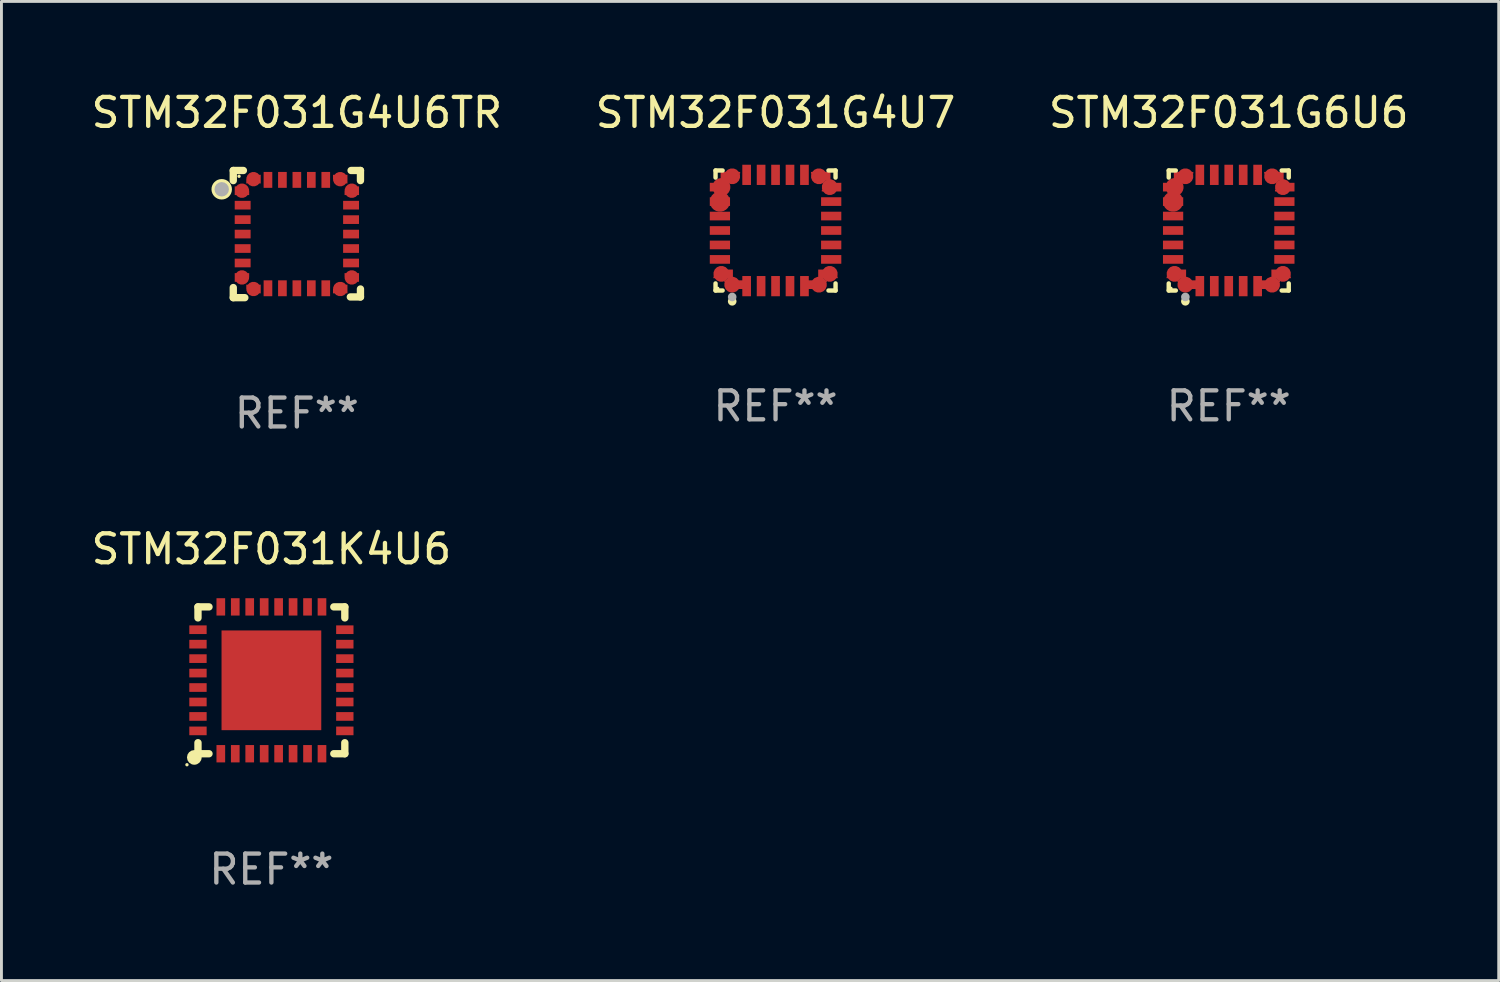
<source format=kicad_pcb>
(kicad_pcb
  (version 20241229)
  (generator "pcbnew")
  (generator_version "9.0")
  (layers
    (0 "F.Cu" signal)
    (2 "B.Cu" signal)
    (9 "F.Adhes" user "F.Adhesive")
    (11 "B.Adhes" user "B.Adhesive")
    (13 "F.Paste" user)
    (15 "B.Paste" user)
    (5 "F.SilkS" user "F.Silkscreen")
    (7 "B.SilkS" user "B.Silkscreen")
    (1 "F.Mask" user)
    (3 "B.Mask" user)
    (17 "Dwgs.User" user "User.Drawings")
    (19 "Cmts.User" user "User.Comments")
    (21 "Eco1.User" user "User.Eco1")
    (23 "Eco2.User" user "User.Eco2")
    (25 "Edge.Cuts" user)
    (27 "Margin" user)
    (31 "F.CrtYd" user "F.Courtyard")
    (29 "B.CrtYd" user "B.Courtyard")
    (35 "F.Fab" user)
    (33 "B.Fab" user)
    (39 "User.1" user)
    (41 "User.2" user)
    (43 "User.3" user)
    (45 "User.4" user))
  (footprint "STM32F031G4U7"
    (layer "F.Cu")
    (at 23.78 4.924)
    (property "Reference" "STM32F031G4U7" (at 0 -4.076 0) (layer "F.SilkS") (effects (font (size 1 1) (thickness 0.15))))
    (attr through_hole)
    (fp_line (start -2.076 -2.076) (end -1.831 -2.076) (stroke (width 0.152) (type solid)) (layer "F.SilkS"))
    (fp_line (start -2.076 -1.831) (end -2.076 -2.076) (stroke (width 0.152) (type solid)) (layer "F.SilkS"))
    (fp_line (start -2.076 1.831) (end -2.076 2.076) (stroke (width 0.152) (type solid)) (layer "F.SilkS"))
    (fp_line (start -2.076 2.076) (end -1.831 2.076) (stroke (width 0.152) (type solid)) (layer "F.SilkS"))
    (fp_line (start 2.076 -2.076) (end 1.831 -2.076) (stroke (width 0.152) (type solid)) (layer "F.SilkS"))
    (fp_line (start 2.076 -1.831) (end 2.076 -2.076) (stroke (width 0.152) (type solid)) (layer "F.SilkS"))
    (fp_line (start 2.076 1.831) (end 2.076 2.076) (stroke (width 0.152) (type solid)) (layer "F.SilkS"))
    (fp_line (start 2.076 2.076) (end 1.831 2.076) (stroke (width 0.152) (type solid)) (layer "F.SilkS"))
    (fp_circle (center -2 2) (end -1.97 2) (stroke (width 0.06) (type solid)) (fill no) (layer "F.SilkS"))
    (fp_circle (center -1.5 2.45) (end -1.425 2.45) (stroke (width 0.15) (type solid)) (fill no) (layer "F.SilkS"))
    (fp_circle (center -1.5 2.3) (end -1.425 2.3) (stroke (width 0.15) (type solid)) (fill no) (layer "F.Fab"))
    (fp_text user "REF**" (at 0 6.076 0) (layer "F.Fab") (effects (font (size 1 1) (thickness 0.15))))
    (pad "1" smd custom (at -1.5 1.875 90) (size 0.55 0.3) (layers "F.Cu" "F.Mask" "F.Paste") (options (anchor circle)) (primitives (gr_poly (pts (xy -0.15 -0.025) (xy -0.15 0.4) (xy 0.15 0.4) (xy 0.15 -0.275) (xy 0.1 -0.275)) (width 0) (fill yes))))
    (pad "2" smd rect (at -1 1.925) (size 0.3 0.7) (layers "F.Cu" "F.Mask" "F.Paste"))
    (pad "3" smd rect (at -0.5 1.925) (size 0.3 0.7) (layers "F.Cu" "F.Mask" "F.Paste"))
    (pad "4" smd rect (at 0 1.925) (size 0.3 0.7) (layers "F.Cu" "F.Mask" "F.Paste"))
    (pad "5" smd rect (at 0.5 1.925) (size 0.3 0.7) (layers "F.Cu" "F.Mask" "F.Paste"))
    (pad "6" smd rect (at 1 1.925) (size 0.3 0.7) (layers "F.Cu" "F.Mask" "F.Paste"))
    (pad "7" smd custom (at 1.5 1.875 270) (size 0.55 0.3) (layers "F.Cu" "F.Mask" "F.Paste") (options (anchor circle)) (primitives (gr_poly (pts (xy 0.15 -0.025) (xy 0.15 0.4) (xy -0.15 0.4) (xy -0.15 -0.275) (xy -0.1 -0.275)) (width 0) (fill yes))))
    (pad "8" smd custom (at 1.875 1.5 180) (size 0.55 0.3) (layers "F.Cu" "F.Mask" "F.Paste") (options (anchor circle)) (primitives (gr_poly (pts (xy -0.025 0.15) (xy 0.4 0.15) (xy 0.4 -0.15) (xy -0.275 -0.15) (xy -0.275 -0.1)) (width 0) (fill yes))))
    (pad "9" smd rect (at 1.925 1) (size 0.7 0.3) (layers "F.Cu" "F.Mask" "F.Paste"))
    (pad "10" smd rect (at 1.925 0.5) (size 0.7 0.3) (layers "F.Cu" "F.Mask" "F.Paste"))
    (pad "11" smd rect (at 1.925 0) (size 0.7 0.3) (layers "F.Cu" "F.Mask" "F.Paste"))
    (pad "12" smd rect (at 1.925 -0.5) (size 0.7 0.3) (layers "F.Cu" "F.Mask" "F.Paste"))
    (pad "13" smd rect (at 1.925 -1) (size 0.7 0.3) (layers "F.Cu" "F.Mask" "F.Paste"))
    (pad "14" smd custom (at 1.875 -1.5) (size 0.55 0.3) (layers "F.Cu" "F.Mask" "F.Paste") (options (anchor circle)) (primitives (gr_poly (pts (xy -0.025 -0.15) (xy 0.4 -0.15) (xy 0.4 0.15) (xy -0.275 0.15) (xy -0.275 0.1)) (width 0) (fill yes))))
    (pad "15" smd custom (at 1.5 -1.875 270) (size 0.55 0.3) (layers "F.Cu" "F.Mask" "F.Paste") (options (anchor circle)) (primitives (gr_poly (pts (xy 0.15 0.025) (xy 0.15 -0.4) (xy -0.15 -0.4) (xy -0.15 0.275) (xy -0.1 0.275)) (width 0) (fill yes))))
    (pad "16" smd rect (at 1 -1.925) (size 0.3 0.7) (layers "F.Cu" "F.Mask" "F.Paste"))
    (pad "17" smd rect (at 0.5 -1.925) (size 0.3 0.7) (layers "F.Cu" "F.Mask" "F.Paste"))
    (pad "18" smd rect (at 0 -1.925) (size 0.3 0.7) (layers "F.Cu" "F.Mask" "F.Paste"))
    (pad "19" smd rect (at -0.5 -1.925) (size 0.3 0.7) (layers "F.Cu" "F.Mask" "F.Paste"))
    (pad "20" smd rect (at -1 -1.925) (size 0.3 0.7) (layers "F.Cu" "F.Mask" "F.Paste"))
    (pad "21" smd custom (at -1.5 -1.875 90) (size 0.55 0.3) (layers "F.Cu" "F.Mask" "F.Paste") (options (anchor circle)) (primitives (gr_poly (pts (xy -0.15 0.025) (xy -0.15 -0.4) (xy 0.15 -0.4) (xy 0.15 0.275) (xy 0.1 0.275)) (width 0) (fill yes))))
    (pad "22" smd custom (at -1.875 -1.5) (size 0.625 0.3) (layers "F.Cu" "F.Mask" "F.Paste") (options (anchor circle)) (primitives (gr_poly (pts (xy 0.025 -0.15) (xy -0.4 -0.15) (xy -0.4 0.15) (xy 0.275 0.15) (xy 0.275 0.1)) (width 0) (fill yes))))
    (pad "23" smd custom (at -1.925 -1) (size 0.7 0.3) (layers "F.Cu" "F.Mask" "F.Paste") (options (anchor circle)) (primitives (gr_poly (pts (xy -0.35 -0.15) (xy 0.35 -0.15) (xy 0.35 0.15) (xy -0.35 0.15)) (width 0) (fill yes))))
    (pad "24" smd rect (at -1.925 -0.5) (size 0.7 0.3) (layers "F.Cu" "F.Mask" "F.Paste"))
    (pad "25" smd rect (at -1.925 0) (size 0.7 0.3) (layers "F.Cu" "F.Mask" "F.Paste"))
    (pad "26" smd rect (at -1.925 0.5) (size 0.7 0.3) (layers "F.Cu" "F.Mask" "F.Paste"))
    (pad "27" smd rect (at -1.925 1) (size 0.7 0.3) (layers "F.Cu" "F.Mask" "F.Paste"))
    (pad "28" smd custom (at -1.875 1.5 180) (size 0.55 0.3) (layers "F.Cu" "F.Mask" "F.Paste") (options (anchor circle)) (primitives (gr_poly (pts (xy 0.025 0.15) (xy -0.4 0.15) (xy -0.4 -0.15) (xy 0.275 -0.15) (xy 0.275 -0.1)) (width 0) (fill yes)))))
  (footprint "STM32F031G4U6TR"
    (layer "F.Cu")
    (at 7.22 5.048)
    (property "Reference" "STM32F031G4U6TR" (at 0 -4.2 0) (layer "F.SilkS") (effects (font (size 1 1) (thickness 0.15))))
    (attr through_hole)
    (fp_line (start -2.2 1.85) (end -2.2 2.2) (stroke (width 0.254) (type solid)) (layer "F.SilkS"))
    (fp_line (start -2.2 2.2) (end -1.8 2.2) (stroke (width 0.254) (type solid)) (layer "F.SilkS"))
    (fp_line (start -2.2 -2.2) (end -2.2 -1.85) (stroke (width 0.254) (type solid)) (layer "F.SilkS"))
    (fp_line (start -1.85 -2.2) (end -2.2 -2.2) (stroke (width 0.254) (type solid)) (layer "F.SilkS"))
    (fp_line (start 1.876 -2.2) (end 2.2 -2.2) (stroke (width 0.254) (type solid)) (layer "F.SilkS"))
    (fp_line (start 2.2 -2.2) (end 2.2 -1.85) (stroke (width 0.254) (type solid)) (layer "F.SilkS"))
    (fp_line (start 2.2 1.9) (end 2.2 2.175) (stroke (width 0.254) (type solid)) (layer "F.SilkS"))
    (fp_line (start 2.2 2.175) (end 1.85 2.175) (stroke (width 0.254) (type solid)) (layer "F.SilkS"))
    (fp_circle (center -2.6 -1.55) (end -2.5 -1.55) (stroke (width 0.254) (type solid)) (fill no) (layer "F.SilkS"))
    (fp_circle (center -2 -2) (end -1.97 -2) (stroke (width 0.06) (type solid)) (fill no) (layer "F.SilkS"))
    (fp_circle (center -2.6 -1.55) (end -2.475 -1.55) (stroke (width 0.25) (type solid)) (fill no) (layer "F.Fab"))
    (fp_text user "REF**" (at 0 6.2 0) (layer "F.Fab") (effects (font (size 1 1) (thickness 0.15))))
    (pad "1" smd custom (at -1.9 -1.5) (size 0.5 0.3) (layers "F.Cu" "F.Mask" "F.Paste") (options (anchor circle)) (primitives (gr_poly (pts (xy -0.25 0.15) (xy 0.25 0.15) (xy 0.25 -0.000076) (xy 0.1 -0.15) (xy -0.25 -0.15)) (width 0) (fill yes))))
    (pad "2" smd rect (at -1.875 -1 90) (size 0.3 0.55) (layers "F.Cu" "F.Mask" "F.Paste"))
    (pad "3" smd rect (at -1.875 -0.5 90) (size 0.3 0.55) (layers "F.Cu" "F.Mask" "F.Paste"))
    (pad "4" smd rect (at -1.875 -0.000152 90) (size 0.3 0.55) (layers "F.Cu" "F.Mask" "F.Paste"))
    (pad "5" smd rect (at -1.875 0.5 90) (size 0.3 0.55) (layers "F.Cu" "F.Mask" "F.Paste"))
    (pad "6" smd rect (at -1.875 1 90) (size 0.3 0.55) (layers "F.Cu" "F.Mask" "F.Paste"))
    (pad "7" smd custom (at -1.9 1.5) (size 0.5 0.3) (layers "F.Cu" "F.Mask" "F.Paste") (options (anchor circle)) (primitives (gr_poly (pts (xy -0.25 -0.15) (xy 0.25 -0.15) (xy 0.25 -0.000102) (xy 0.1 0.15) (xy -0.25 0.15)) (width 0) (fill yes))))
    (pad "8" smd custom (at -1.5 1.9 90) (size 0.5 0.3) (layers "F.Cu" "F.Mask" "F.Paste") (options (anchor circle)) (primitives (gr_poly (pts (xy 0.15 0.25) (xy 0.15 -0.25) (xy -0.000127 -0.25) (xy -0.15 -0.1) (xy -0.15 0.25)) (width 0) (fill yes))))
    (pad "9" smd rect (at -1 1.875) (size 0.3 0.55) (layers "F.Cu" "F.Mask" "F.Paste"))
    (pad "10" smd rect (at -0.5 1.875) (size 0.3 0.55) (layers "F.Cu" "F.Mask" "F.Paste"))
    (pad "11" smd rect (at -0.000152 1.875) (size 0.3 0.55) (layers "F.Cu" "F.Mask" "F.Paste"))
    (pad "12" smd rect (at 0.5 1.875) (size 0.3 0.55) (layers "F.Cu" "F.Mask" "F.Paste"))
    (pad "13" smd rect (at 1 1.875) (size 0.3 0.55) (layers "F.Cu" "F.Mask" "F.Paste"))
    (pad "14" smd custom (at 1.5 1.9 90) (size 0.5 0.3) (layers "F.Cu" "F.Mask" "F.Paste") (options (anchor circle)) (primitives (gr_poly (pts (xy -0.15 0.25) (xy -0.15 -0.25) (xy -0.000051 -0.25) (xy 0.15 -0.1) (xy 0.15 0.25)) (width 0) (fill yes))))
    (pad "15" smd custom (at 1.9 1.5) (size 0.5 0.3) (layers "F.Cu" "F.Mask" "F.Paste") (options (anchor circle)) (primitives (gr_poly (pts (xy 0.25 -0.15) (xy -0.25 -0.15) (xy -0.25 -0.000076) (xy -0.1 0.15) (xy 0.25 0.15)) (width 0) (fill yes))))
    (pad "16" smd rect (at 1.875 1 90) (size 0.3 0.55) (layers "F.Cu" "F.Mask" "F.Paste"))
    (pad "17" smd rect (at 1.875 0.5 90) (size 0.3 0.55) (layers "F.Cu" "F.Mask" "F.Paste"))
    (pad "18" smd rect (at 1.875 -0.000152 90) (size 0.3 0.55) (layers "F.Cu" "F.Mask" "F.Paste"))
    (pad "19" smd rect (at 1.875 -0.5 90) (size 0.3 0.55) (layers "F.Cu" "F.Mask" "F.Paste"))
    (pad "20" smd rect (at 1.875 -1 90) (size 0.3 0.55) (layers "F.Cu" "F.Mask" "F.Paste"))
    (pad "21" smd custom (at 1.9 -1.5) (size 0.5 0.3) (layers "F.Cu" "F.Mask" "F.Paste") (options (anchor circle)) (primitives (gr_poly (pts (xy 0.25 0.15) (xy -0.25 0.15) (xy -0.25 -0.000102) (xy -0.1 -0.15) (xy 0.25 -0.15)) (width 0) (fill yes))))
    (pad "22" smd custom (at 1.5 -1.9 270) (size 0.5 0.3) (layers "F.Cu" "F.Mask" "F.Paste") (options (anchor circle)) (primitives (gr_poly (pts (xy -0.15 -0.25) (xy -0.15 0.25) (xy 0.000025 0.25) (xy 0.15 0.1) (xy 0.15 -0.25)) (width 0) (fill yes))))
    (pad "23" smd rect (at 1 -1.875) (size 0.3 0.55) (layers "F.Cu" "F.Mask" "F.Paste"))
    (pad "24" smd rect (at 0.5 -1.875) (size 0.3 0.55) (layers "F.Cu" "F.Mask" "F.Paste"))
    (pad "25" smd rect (at -0.000152 -1.875) (size 0.3 0.55) (layers "F.Cu" "F.Mask" "F.Paste"))
    (pad "26" smd rect (at -0.5 -1.875) (size 0.3 0.55) (layers "F.Cu" "F.Mask" "F.Paste"))
    (pad "27" smd rect (at -1 -1.875) (size 0.3 0.55) (layers "F.Cu" "F.Mask" "F.Paste"))
    (pad "28" smd custom (at -1.5 -1.9 270) (size 0.5 0.3) (layers "F.Cu" "F.Mask" "F.Paste") (options (anchor circle)) (primitives (gr_poly (pts (xy 0.15 -0.25) (xy 0.15 0.25) (xy -0.000127 0.25) (xy -0.15 0.1) (xy -0.15 -0.25)) (width 0) (fill yes)))))
  (footprint "STM32F031K4U6"
    (layer "F.Cu")
    (at 6.339 20.485)
    (property "Reference" "STM32F031K4U6" (at 0 -4.54 0) (layer "F.SilkS") (effects (font (size 1 1) (thickness 0.15))))
    (attr through_hole)
    (fp_line (start -2.54 -2.54) (end -2.159 -2.54) (stroke (width 0.254) (type solid)) (layer "F.SilkS"))
    (fp_line (start -2.54 -2.159) (end -2.54 -2.54) (stroke (width 0.254) (type solid)) (layer "F.SilkS"))
    (fp_line (start -2.54 2.54) (end -2.54 2.159) (stroke (width 0.254) (type solid)) (layer "F.SilkS"))
    (fp_line (start -2.159 2.54) (end -2.54 2.54) (stroke (width 0.254) (type solid)) (layer "F.SilkS"))
    (fp_line (start 2.159 -2.54) (end 2.54 -2.54) (stroke (width 0.254) (type solid)) (layer "F.SilkS"))
    (fp_line (start 2.54 -2.54) (end 2.54 -2.159) (stroke (width 0.254) (type solid)) (layer "F.SilkS"))
    (fp_line (start 2.54 2.159) (end 2.54 2.54) (stroke (width 0.254) (type solid)) (layer "F.SilkS"))
    (fp_line (start 2.54 2.54) (end 2.159 2.54) (stroke (width 0.254) (type solid)) (layer "F.SilkS"))
    (fp_circle (center -2.921 2.921) (end -2.891 2.921) (stroke (width 0.06) (type solid)) (fill no) (layer "F.SilkS"))
    (fp_circle (center -2.667 2.667) (end -2.54 2.667) (stroke (width 0.254) (type solid)) (fill no) (layer "F.SilkS"))
    (fp_text user "REF**" (at 0 6.54 0) (layer "F.Fab") (effects (font (size 1 1) (thickness 0.15))))
    (pad "1" smd rect (at -1.75 2.54 90) (size 0.6 0.3) (layers "F.Cu" "F.Mask" "F.Paste"))
    (pad "2" smd rect (at -1.25 2.54 90) (size 0.6 0.3) (layers "F.Cu" "F.Mask" "F.Paste"))
    (pad "3" smd rect (at -0.75 2.54 90) (size 0.6 0.3) (layers "F.Cu" "F.Mask" "F.Paste"))
    (pad "4" smd rect (at -0.25 2.54 90) (size 0.6 0.3) (layers "F.Cu" "F.Mask" "F.Paste"))
    (pad "5" smd rect (at 0.25 2.54 90) (size 0.6 0.3) (layers "F.Cu" "F.Mask" "F.Paste"))
    (pad "6" smd rect (at 0.75 2.54 90) (size 0.6 0.3) (layers "F.Cu" "F.Mask" "F.Paste"))
    (pad "7" smd rect (at 1.25 2.54 90) (size 0.6 0.3) (layers "F.Cu" "F.Mask" "F.Paste"))
    (pad "8" smd rect (at 1.75 2.54 90) (size 0.6 0.3) (layers "F.Cu" "F.Mask" "F.Paste"))
    (pad "9" smd rect (at 2.54 1.75 180) (size 0.6 0.3) (layers "F.Cu" "F.Mask" "F.Paste"))
    (pad "10" smd rect (at 2.54 1.25 180) (size 0.6 0.3) (layers "F.Cu" "F.Mask" "F.Paste"))
    (pad "11" smd rect (at 2.54 0.75 180) (size 0.6 0.3) (layers "F.Cu" "F.Mask" "F.Paste"))
    (pad "12" smd rect (at 2.54 0.25 180) (size 0.6 0.3) (layers "F.Cu" "F.Mask" "F.Paste"))
    (pad "13" smd rect (at 2.54 -0.25 180) (size 0.6 0.3) (layers "F.Cu" "F.Mask" "F.Paste"))
    (pad "14" smd rect (at 2.54 -0.75 180) (size 0.6 0.3) (layers "F.Cu" "F.Mask" "F.Paste"))
    (pad "15" smd rect (at 2.54 -1.25 180) (size 0.6 0.3) (layers "F.Cu" "F.Mask" "F.Paste"))
    (pad "16" smd rect (at 2.54 -1.75 180) (size 0.6 0.3) (layers "F.Cu" "F.Mask" "F.Paste"))
    (pad "17" smd rect (at 1.75 -2.54 270) (size 0.6 0.3) (layers "F.Cu" "F.Mask" "F.Paste"))
    (pad "18" smd rect (at 1.25 -2.54 270) (size 0.6 0.3) (layers "F.Cu" "F.Mask" "F.Paste"))
    (pad "19" smd rect (at 0.75 -2.54 270) (size 0.6 0.3) (layers "F.Cu" "F.Mask" "F.Paste"))
    (pad "20" smd rect (at 0.25 -2.54 270) (size 0.6 0.3) (layers "F.Cu" "F.Mask" "F.Paste"))
    (pad "21" smd rect (at -0.25 -2.54 270) (size 0.6 0.3) (layers "F.Cu" "F.Mask" "F.Paste"))
    (pad "22" smd rect (at -0.75 -2.54 270) (size 0.6 0.3) (layers "F.Cu" "F.Mask" "F.Paste"))
    (pad "23" smd rect (at -1.25 -2.54 270) (size 0.6 0.3) (layers "F.Cu" "F.Mask" "F.Paste"))
    (pad "24" smd rect (at -1.75 -2.54 270) (size 0.6 0.3) (layers "F.Cu" "F.Mask" "F.Paste"))
    (pad "25" smd rect (at -2.54 -1.75) (size 0.6 0.3) (layers "F.Cu" "F.Mask" "F.Paste"))
    (pad "26" smd rect (at -2.54 -1.25) (size 0.6 0.3) (layers "F.Cu" "F.Mask" "F.Paste"))
    (pad "27" smd rect (at -2.54 -0.75) (size 0.6 0.3) (layers "F.Cu" "F.Mask" "F.Paste"))
    (pad "28" smd rect (at -2.54 -0.25) (size 0.6 0.3) (layers "F.Cu" "F.Mask" "F.Paste"))
    (pad "29" smd rect (at -2.54 0.25) (size 0.6 0.3) (layers "F.Cu" "F.Mask" "F.Paste"))
    (pad "30" smd rect (at -2.54 0.75) (size 0.6 0.3) (layers "F.Cu" "F.Mask" "F.Paste"))
    (pad "31" smd rect (at -2.54 1.25) (size 0.6 0.3) (layers "F.Cu" "F.Mask" "F.Paste"))
    (pad "32" smd rect (at -2.54 1.75) (size 0.6 0.3) (layers "F.Cu" "F.Mask" "F.Paste"))
    (pad "33" smd rect (at 0 0) (size 3.45 3.45) (layers "F.Cu" "F.Mask" "F.Paste")))
  (footprint "STM32F031G6U6"
    (layer "F.Cu")
    (at 39.458 4.924)
    (property "Reference" "STM32F031G6U6" (at 0 -4.076 0) (layer "F.SilkS") (effects (font (size 1 1) (thickness 0.15))))
    (attr through_hole)
    (fp_line (start -2.076 -2.076) (end -1.831 -2.076) (stroke (width 0.152) (type solid)) (layer "F.SilkS"))
    (fp_line (start -2.076 -1.831) (end -2.076 -2.076) (stroke (width 0.152) (type solid)) (layer "F.SilkS"))
    (fp_line (start -2.076 1.831) (end -2.076 2.076) (stroke (width 0.152) (type solid)) (layer "F.SilkS"))
    (fp_line (start -2.076 2.076) (end -1.831 2.076) (stroke (width 0.152) (type solid)) (layer "F.SilkS"))
    (fp_line (start 2.076 -2.076) (end 1.831 -2.076) (stroke (width 0.152) (type solid)) (layer "F.SilkS"))
    (fp_line (start 2.076 -1.831) (end 2.076 -2.076) (stroke (width 0.152) (type solid)) (layer "F.SilkS"))
    (fp_line (start 2.076 1.831) (end 2.076 2.076) (stroke (width 0.152) (type solid)) (layer "F.SilkS"))
    (fp_line (start 2.076 2.076) (end 1.831 2.076) (stroke (width 0.152) (type solid)) (layer "F.SilkS"))
    (fp_circle (center -2 2) (end -1.97 2) (stroke (width 0.06) (type solid)) (fill no) (layer "F.SilkS"))
    (fp_circle (center -1.5 2.45) (end -1.425 2.45) (stroke (width 0.15) (type solid)) (fill no) (layer "F.SilkS"))
    (fp_circle (center -1.5 2.3) (end -1.425 2.3) (stroke (width 0.15) (type solid)) (fill no) (layer "F.Fab"))
    (fp_text user "REF**" (at 0 6.076 0) (layer "F.Fab") (effects (font (size 1 1) (thickness 0.15))))
    (pad "1" smd custom (at -1.5 1.875 90) (size 0.55 0.3) (layers "F.Cu" "F.Mask" "F.Paste") (options (anchor circle)) (primitives (gr_poly (pts (xy -0.15 -0.025) (xy -0.15 0.4) (xy 0.15 0.4) (xy 0.15 -0.275) (xy 0.1 -0.275)) (width 0) (fill yes))))
    (pad "2" smd rect (at -1 1.925) (size 0.3 0.7) (layers "F.Cu" "F.Mask" "F.Paste"))
    (pad "3" smd rect (at -0.5 1.925) (size 0.3 0.7) (layers "F.Cu" "F.Mask" "F.Paste"))
    (pad "4" smd rect (at 0 1.925) (size 0.3 0.7) (layers "F.Cu" "F.Mask" "F.Paste"))
    (pad "5" smd rect (at 0.5 1.925) (size 0.3 0.7) (layers "F.Cu" "F.Mask" "F.Paste"))
    (pad "6" smd rect (at 1 1.925) (size 0.3 0.7) (layers "F.Cu" "F.Mask" "F.Paste"))
    (pad "7" smd custom (at 1.5 1.875 270) (size 0.55 0.3) (layers "F.Cu" "F.Mask" "F.Paste") (options (anchor circle)) (primitives (gr_poly (pts (xy 0.15 -0.025) (xy 0.15 0.4) (xy -0.15 0.4) (xy -0.15 -0.275) (xy -0.1 -0.275)) (width 0) (fill yes))))
    (pad "8" smd custom (at 1.875 1.5 180) (size 0.55 0.3) (layers "F.Cu" "F.Mask" "F.Paste") (options (anchor circle)) (primitives (gr_poly (pts (xy -0.025 0.15) (xy 0.4 0.15) (xy 0.4 -0.15) (xy -0.275 -0.15) (xy -0.275 -0.1)) (width 0) (fill yes))))
    (pad "9" smd rect (at 1.925 1) (size 0.7 0.3) (layers "F.Cu" "F.Mask" "F.Paste"))
    (pad "10" smd rect (at 1.925 0.5) (size 0.7 0.3) (layers "F.Cu" "F.Mask" "F.Paste"))
    (pad "11" smd rect (at 1.925 0) (size 0.7 0.3) (layers "F.Cu" "F.Mask" "F.Paste"))
    (pad "12" smd rect (at 1.925 -0.5) (size 0.7 0.3) (layers "F.Cu" "F.Mask" "F.Paste"))
    (pad "13" smd rect (at 1.925 -1) (size 0.7 0.3) (layers "F.Cu" "F.Mask" "F.Paste"))
    (pad "14" smd custom (at 1.875 -1.5) (size 0.55 0.3) (layers "F.Cu" "F.Mask" "F.Paste") (options (anchor circle)) (primitives (gr_poly (pts (xy -0.025 -0.15) (xy 0.4 -0.15) (xy 0.4 0.15) (xy -0.275 0.15) (xy -0.275 0.1)) (width 0) (fill yes))))
    (pad "15" smd custom (at 1.5 -1.875 270) (size 0.55 0.3) (layers "F.Cu" "F.Mask" "F.Paste") (options (anchor circle)) (primitives (gr_poly (pts (xy 0.15 0.025) (xy 0.15 -0.4) (xy -0.15 -0.4) (xy -0.15 0.275) (xy -0.1 0.275)) (width 0) (fill yes))))
    (pad "16" smd rect (at 1 -1.925) (size 0.3 0.7) (layers "F.Cu" "F.Mask" "F.Paste"))
    (pad "17" smd rect (at 0.5 -1.925) (size 0.3 0.7) (layers "F.Cu" "F.Mask" "F.Paste"))
    (pad "18" smd rect (at 0 -1.925) (size 0.3 0.7) (layers "F.Cu" "F.Mask" "F.Paste"))
    (pad "19" smd rect (at -0.5 -1.925) (size 0.3 0.7) (layers "F.Cu" "F.Mask" "F.Paste"))
    (pad "20" smd rect (at -1 -1.925) (size 0.3 0.7) (layers "F.Cu" "F.Mask" "F.Paste"))
    (pad "21" smd custom (at -1.5 -1.875 90) (size 0.55 0.3) (layers "F.Cu" "F.Mask" "F.Paste") (options (anchor circle)) (primitives (gr_poly (pts (xy -0.15 0.025) (xy -0.15 -0.4) (xy 0.15 -0.4) (xy 0.15 0.275) (xy 0.1 0.275)) (width 0) (fill yes))))
    (pad "22" smd custom (at -1.875 -1.5) (size 0.625 0.3) (layers "F.Cu" "F.Mask" "F.Paste") (options (anchor circle)) (primitives (gr_poly (pts (xy 0.025 -0.15) (xy -0.4 -0.15) (xy -0.4 0.15) (xy 0.275 0.15) (xy 0.275 0.1)) (width 0) (fill yes))))
    (pad "23" smd custom (at -1.925 -1) (size 0.7 0.3) (layers "F.Cu" "F.Mask" "F.Paste") (options (anchor circle)) (primitives (gr_poly (pts (xy -0.35 -0.15) (xy 0.35 -0.15) (xy 0.35 0.15) (xy -0.35 0.15)) (width 0) (fill yes))))
    (pad "24" smd rect (at -1.925 -0.5) (size 0.7 0.3) (layers "F.Cu" "F.Mask" "F.Paste"))
    (pad "25" smd rect (at -1.925 0) (size 0.7 0.3) (layers "F.Cu" "F.Mask" "F.Paste"))
    (pad "26" smd rect (at -1.925 0.5) (size 0.7 0.3) (layers "F.Cu" "F.Mask" "F.Paste"))
    (pad "27" smd rect (at -1.925 1) (size 0.7 0.3) (layers "F.Cu" "F.Mask" "F.Paste"))
    (pad "28" smd custom (at -1.875 1.5 180) (size 0.55 0.3) (layers "F.Cu" "F.Mask" "F.Paste") (options (anchor circle)) (primitives (gr_poly (pts (xy 0.025 0.15) (xy -0.4 0.15) (xy -0.4 -0.15) (xy 0.275 -0.15) (xy 0.275 -0.1)) (width 0) (fill yes)))))
  (gr_rect
    (start -3 -3)
    (end 48.798 30.873)
    (stroke (width 0.1) (type default))
    (fill no)
    (layer "Edge.Cuts")))
</source>
